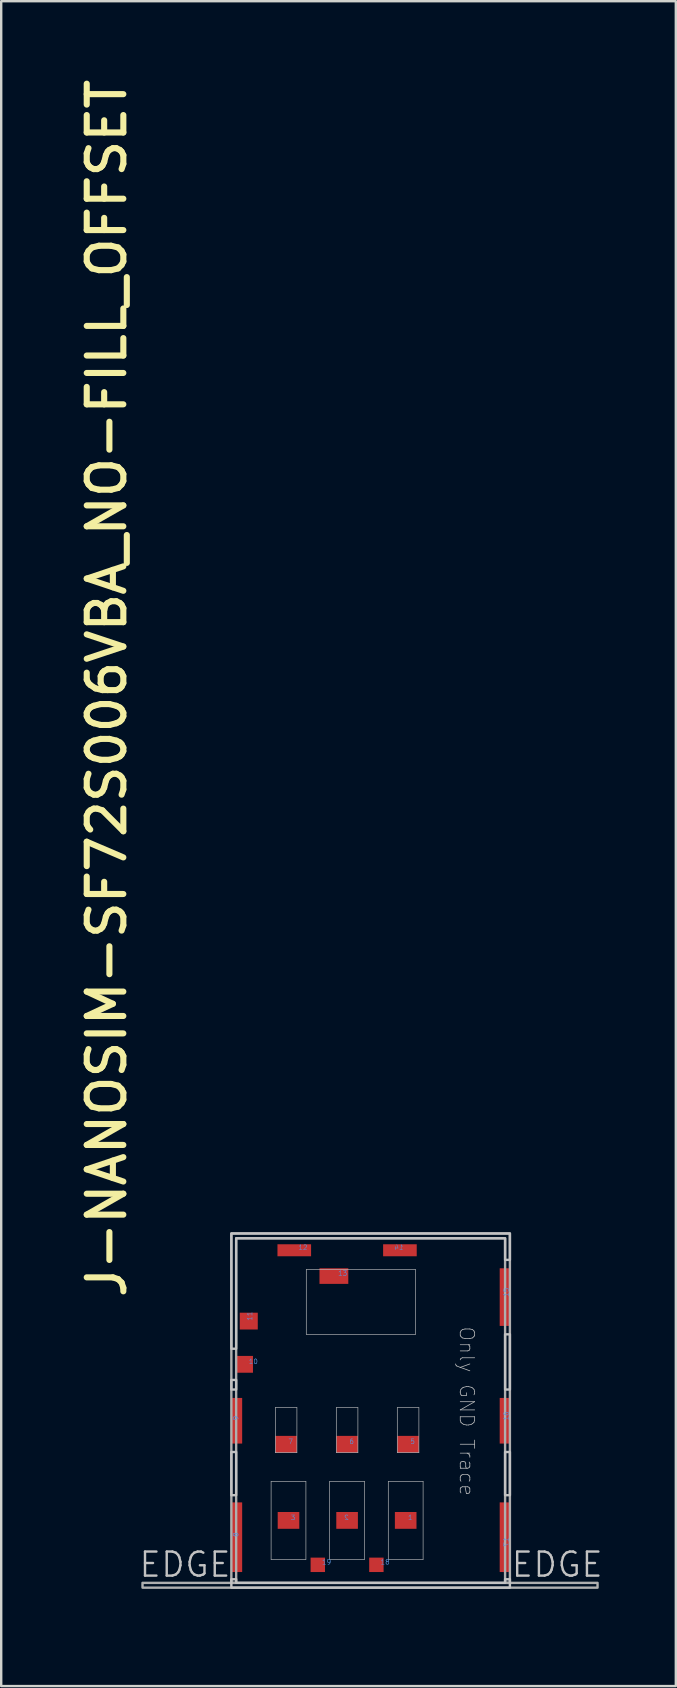
<source format=kicad_pcb>
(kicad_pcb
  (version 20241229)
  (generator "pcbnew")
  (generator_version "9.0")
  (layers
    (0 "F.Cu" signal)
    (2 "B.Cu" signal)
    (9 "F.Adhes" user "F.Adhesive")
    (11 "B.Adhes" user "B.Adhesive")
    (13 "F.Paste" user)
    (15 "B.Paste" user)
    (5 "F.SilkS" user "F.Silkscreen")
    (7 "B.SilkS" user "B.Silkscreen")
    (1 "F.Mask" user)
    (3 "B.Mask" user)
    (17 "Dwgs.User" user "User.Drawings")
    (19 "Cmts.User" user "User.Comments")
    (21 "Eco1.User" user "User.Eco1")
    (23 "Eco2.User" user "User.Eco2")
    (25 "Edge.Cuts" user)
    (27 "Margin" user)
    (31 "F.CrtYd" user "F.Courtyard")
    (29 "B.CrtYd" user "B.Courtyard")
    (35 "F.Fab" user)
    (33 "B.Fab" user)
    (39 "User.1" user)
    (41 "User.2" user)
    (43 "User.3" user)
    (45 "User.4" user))
  (footprint "J-NANOSIM-SF72S006VBA_NO-FILL_OFFSET"
    (layer "F.Cu")
    (at 10.855 50.093)
    (property "Reference" "J-NANOSIM-SF72S006VBA_NO-FILL_OFFSET" (at -8.569 1.019 90) (unlocked yes) (layer "F.SilkS") (effects (font (size 1.524 1.524) (thickness 0.254)) (justify left bottom)))
    (fp_line (start -2.615 8.55) (end -2.615 11.8) (stroke (width 0.025) (type solid)) (layer "Dwgs.User"))
    (fp_line (start -2.44 5.475) (end -2.44 7.355) (stroke (width 0.025) (type solid)) (layer "Dwgs.User"))
    (fp_line (start -1.54 5.475) (end -2.44 5.475) (stroke (width 0.025) (type solid)) (layer "Dwgs.User"))
    (fp_line (start -1.54 5.475) (end -1.54 7.355) (stroke (width 0.025) (type solid)) (layer "Dwgs.User"))
    (fp_line (start -1.54 7.355) (end -2.44 7.355) (stroke (width 0.025) (type solid)) (layer "Dwgs.User"))
    (fp_line (start -1.165 8.55) (end -2.615 8.55) (stroke (width 0.025) (type solid)) (layer "Dwgs.User"))
    (fp_line (start -1.165 8.55) (end -1.165 11.8) (stroke (width 0.025) (type solid)) (layer "Dwgs.User"))
    (fp_line (start -1.165 11.8) (end -2.615 11.8) (stroke (width 0.025) (type solid)) (layer "Dwgs.User"))
    (fp_line (start -1.15 -0.275) (end -1.15 2.425) (stroke (width 0.025) (type solid)) (layer "Dwgs.User"))
    (fp_line (start -0.175 8.55) (end -0.175 11.8) (stroke (width 0.025) (type solid)) (layer "Dwgs.User"))
    (fp_line (start 0.1 5.475) (end 0.1 7.355) (stroke (width 0.025) (type solid)) (layer "Dwgs.User"))
    (fp_line (start 1 5.475) (end 0.1 5.475) (stroke (width 0.025) (type solid)) (layer "Dwgs.User"))
    (fp_line (start 1 5.475) (end 1 7.355) (stroke (width 0.025) (type solid)) (layer "Dwgs.User"))
    (fp_line (start 1 7.355) (end 0.1 7.355) (stroke (width 0.025) (type solid)) (layer "Dwgs.User"))
    (fp_line (start 1.275 8.55) (end -0.175 8.55) (stroke (width 0.025) (type solid)) (layer "Dwgs.User"))
    (fp_line (start 1.275 8.55) (end 1.275 11.8) (stroke (width 0.025) (type solid)) (layer "Dwgs.User"))
    (fp_line (start 1.275 11.8) (end -0.175 11.8) (stroke (width 0.025) (type solid)) (layer "Dwgs.User"))
    (fp_line (start 2.265 8.55) (end 2.265 11.8) (stroke (width 0.025) (type solid)) (layer "Dwgs.User"))
    (fp_line (start 2.64 5.475) (end 2.64 7.355) (stroke (width 0.025) (type solid)) (layer "Dwgs.User"))
    (fp_line (start 3.4 -0.275) (end -1.15 -0.275) (stroke (width 0.025) (type solid)) (layer "Dwgs.User"))
    (fp_line (start 3.4 -0.275) (end 3.4 2.425) (stroke (width 0.025) (type solid)) (layer "Dwgs.User"))
    (fp_line (start 3.4 2.425) (end -1.15 2.425) (stroke (width 0.025) (type solid)) (layer "Dwgs.User"))
    (fp_line (start 3.54 5.475) (end 2.64 5.475) (stroke (width 0.025) (type solid)) (layer "Dwgs.User"))
    (fp_line (start 3.54 5.475) (end 3.54 7.355) (stroke (width 0.025) (type solid)) (layer "Dwgs.User"))
    (fp_line (start 3.54 7.355) (end 2.64 7.355) (stroke (width 0.025) (type solid)) (layer "Dwgs.User"))
    (fp_line (start 3.715 8.55) (end 2.265 8.55) (stroke (width 0.025) (type solid)) (layer "Dwgs.User"))
    (fp_line (start 3.715 8.55) (end 3.715 11.8) (stroke (width 0.025) (type solid)) (layer "Dwgs.User"))
    (fp_line (start 3.715 11.8) (end 2.265 11.8) (stroke (width 0.025) (type solid)) (layer "Dwgs.User"))
    (fp_poly (pts (xy -4.27 4.325) (xy -4.27 4.725) (xy -4.07 4.725) (xy -4.07 4.325)) (stroke (width 0.1) (type default)) (fill no) (layer "Dwgs.User"))
    (fp_poly (pts (xy -4.27 9.125) (xy -4.27 7.325) (xy -4.07 7.325) (xy -4.07 9.125)) (stroke (width 0.1) (type default)) (fill no) (layer "Dwgs.User"))
    (fp_poly (pts (xy 7.13 4.725) (xy 7.13 2.425) (xy 7.33 2.425) (xy 7.33 4.725)) (stroke (width 0.1) (type default)) (fill no) (layer "Dwgs.User"))
    (fp_poly (pts (xy 7.13 9.125) (xy 7.13 7.325) (xy 7.33 7.325) (xy 7.33 9.125)) (stroke (width 0.1) (type default)) (fill no) (layer "Dwgs.User"))
    (fp_poly (pts (xy -4.27 3.025) (xy -4.27 -1.775) (xy 7.33 -1.775) (xy 7.33 -0.675) (xy 7.13 -0.675) (xy 7.13 -1.575) (xy -4.07 -1.575) (xy -4.07 3.025)) (stroke (width 0.1) (type default)) (fill no) (layer "Dwgs.User"))
    (fp_poly (pts (xy -4.27 12.975) (xy -4.27 12.625) (xy -4.07 12.625) (xy -4.07 12.775) (xy 7.13 12.775) (xy 7.13 12.625) (xy 7.33 12.625) (xy 7.33 12.975)) (stroke (width 0.1) (type default)) (fill no) (layer "Dwgs.User"))
    (fp_poly (pts (xy -7.97 12.775) (xy 10.98 12.775) (xy 10.98 12.975) (xy -7.97 12.975)) (stroke (width 0.1) (type solid)) (fill no) (layer "F.Fab"))
    (fp_poly (pts (xy -4.27 -1.775) (xy -4.27 12.775) (xy -4.07 12.775) (xy -4.07 -1.575) (xy 7.13 -1.575) (xy 7.13 12.775) (xy 7.33 12.775) (xy 7.33 -1.775)) (stroke (width 0.1) (type solid)) (fill no) (layer "F.Fab"))
    (fp_poly (pts (xy 7.33 -1.775) (xy 7.33 14.025) (xy -4.27 14.025) (xy -4.27 -1.775)) (stroke (width 0.1) (type default)) (fill no) (layer "User.8"))
    (fp_text user "EDGE" (at 7.33 12.6 0) (unlocked yes) (layer "Dwgs.User") (effects (font (size 1 1) (thickness 0.1)) (justify left bottom)))
    (fp_text user "Only GND Trace" (at 5.187 2.068 270) (unlocked yes) (layer "Dwgs.User") (effects (font (size 0.6 0.6) (thickness 0.03)) (justify left bottom)))
    (fp_text user "EDGE" (at -8.17 12.6 0) (unlocked yes) (layer "Dwgs.User") (effects (font (size 1 1) (thickness 0.1)) (justify left bottom)))
    (fp_text user "5" (at 3.17 7.005 0) (unlocked yes) (layer "Cmts.User") (effects (font (size 0.2 0.2) (thickness 0.02)) (justify left bottom)))
    (fp_text user "2" (at 0.63 10.175 0) (unlocked yes) (layer "Cmts.User") (effects (font (size 0.2 0.2) (thickness 0.02)) (justify left bottom mirror)))
    (fp_text user "19" (at -0.51 12.025 0) (unlocked yes) (layer "Cmts.User") (effects (font (size 0.2 0.2) (thickness 0.02)) (justify left bottom)))
    (fp_text user "18" (at 1.93 12.025 0) (unlocked yes) (layer "Cmts.User") (effects (font (size 0.2 0.2) (thickness 0.02)) (justify left bottom)))
    (fp_text user "15" (at 7.29 0.875 90) (unlocked yes) (layer "Cmts.User") (effects (font (size 0.2 0.2) (thickness 0.02)) (justify left bottom)))
    (fp_text user "17" (at 7.29 10.875 90) (unlocked yes) (layer "Cmts.User") (effects (font (size 0.2 0.2) (thickness 0.02)) (justify left bottom mirror)))
    (fp_text user "12" (at -1.49 -1.075 0) (unlocked yes) (layer "Cmts.User") (effects (font (size 0.2 0.2) (thickness 0.02)) (justify left bottom)))
    (fp_text user "16" (at 7.29 6.025 90) (unlocked yes) (layer "Cmts.User") (effects (font (size 0.2 0.2) (thickness 0.02)) (justify left bottom)))
    (fp_text user "8" (at -3.965 10.875 90) (unlocked yes) (layer "Cmts.User") (effects (font (size 0.2 0.2) (thickness 0.02)) (justify left bottom)))
    (fp_text user "7" (at -1.91 7.005 0) (unlocked yes) (layer "Cmts.User") (effects (font (size 0.2 0.2) (thickness 0.02)) (justify left bottom)))
    (fp_text user "10" (at -3.56 3.675 0) (unlocked yes) (layer "Cmts.User") (effects (font (size 0.2 0.2) (thickness 0.02)) (justify left bottom)))
    (fp_text user "3" (at -1.81 10.175 0) (unlocked yes) (layer "Cmts.User") (effects (font (size 0.2 0.2) (thickness 0.02)) (justify left bottom)))
    (fp_text user "14" (at 2.91 -1.075 0) (unlocked yes) (layer "Cmts.User") (effects (font (size 0.2 0.2) (thickness 0.02)) (justify left bottom mirror)))
    (fp_text user "1" (at 3.07 10.175 0) (unlocked yes) (layer "Cmts.User") (effects (font (size 0.2 0.2) (thickness 0.02)) (justify left bottom)))
    (fp_text user "11" (at -3.385 1.875 90) (unlocked yes) (layer "Cmts.User") (effects (font (size 0.2 0.2) (thickness 0.02)) (justify left bottom)))
    (fp_text user "6" (at 0.63 7.005 0) (unlocked yes) (layer "Cmts.User") (effects (font (size 0.2 0.2) (thickness 0.02)) (justify left bottom)))
    (fp_text user "13" (at 0.16 0 0) (unlocked yes) (layer "Cmts.User") (effects (font (size 0.2 0.2) (thickness 0.02)) (justify left bottom)))
    (fp_text user "9" (at -3.965 6.025 90) (unlocked yes) (layer "Cmts.User") (effects (font (size 0.2 0.2) (thickness 0.02)) (justify left bottom)))
    (pad "C1" smd rect (at 2.99 10.175 180) (size 0.9 0.7) (layers "F.Cu" "F.Mask" "F.Paste"))
    (pad "C2" smd rect (at 0.55 10.175 180) (size 0.9 0.7) (layers "F.Cu" "F.Mask" "F.Paste"))
    (pad "C3" smd rect (at -1.89 10.175 180) (size 0.9 0.7) (layers "F.Cu" "F.Mask" "F.Paste"))
    (pad "C5" smd rect (at 3.09 7.005 180) (size 0.9 0.7) (layers "F.Cu" "F.Mask" "F.Paste"))
    (pad "C6" smd rect (at 0.55 7.005 180) (size 0.9 0.7) (layers "F.Cu" "F.Mask" "F.Paste"))
    (pad "C7" smd rect (at -1.99 7.005 180) (size 0.9 0.7) (layers "F.Cu" "F.Mask" "F.Paste"))
    (pad "CSW" smd rect (at -3.72 3.675 180) (size 0.7 0.7) (layers "F.Cu" "F.Mask" "F.Paste"))
    (pad "DSW" smd rect (at 0 0 180) (size 1.2 0.65) (layers "F.Cu" "F.Mask" "F.Paste"))
    (pad "SH" smd rect (at -4.045 6.025 180) (size 0.45 1.9) (layers "F.Cu" "F.Mask" "F.Paste"))
    (pad "SH" smd rect (at -4.045 10.875 180) (size 0.45 2.9) (layers "F.Cu" "F.Mask" "F.Paste"))
    (pad "SH" smd rect (at -3.545 1.875 180) (size 0.75 0.7) (layers "F.Cu" "F.Mask" "F.Paste"))
    (pad "SH" smd rect (at -1.65 -1.075 180) (size 1.4 0.5) (layers "F.Cu" "F.Mask" "F.Paste"))
    (pad "SH" smd rect (at -0.67 12.025 180) (size 0.6 0.6) (layers "F.Cu" "F.Mask" "F.Paste"))
    (pad "SH" smd rect (at 1.77 12.025 180) (size 0.6 0.6) (layers "F.Cu" "F.Mask" "F.Paste"))
    (pad "SH" smd rect (at 2.75 -1.075 180) (size 1.4 0.5) (layers "F.Cu" "F.Mask" "F.Paste"))
    (pad "SH" smd rect (at 7.13 0.875 180) (size 0.45 2.4) (layers "F.Cu" "F.Mask" "F.Paste"))
    (pad "SH" smd rect (at 7.13 6.025 180) (size 0.45 1.9) (layers "F.Cu" "F.Mask" "F.Paste"))
    (pad "SH" smd rect (at 7.13 10.875 180) (size 0.45 2.9) (layers "F.Cu" "F.Mask" "F.Paste"))
    (zone (net_name "") (layer "F.Cu") (hatch edge 0.5) (connect_pads) (min_thickness 0.25) (filled_areas_thickness no) (keepout (tracks allowed) (vias allowed) (pads allowed) (copperpour not_allowed) (footprints allowed)) (placement (enabled no)) (fill) (polygon (pts (xy 9.735 49.818) (xy 9.735 49.968) (xy 14.235 49.968) (xy 14.235 52.518) (xy 9.735 52.518) (xy 9.735 49.968) (xy 9.735 49.818) (xy 9.585 49.818) (xy 9.585 53.018) (xy 14.535 53.018) (xy 14.535 49.818))))
    (zone (net_name "") (layer "F.Cu") (hatch edge 0.5) (connect_pads) (min_thickness 0.25) (filled_areas_thickness no) (keepout (tracks allowed) (vias allowed) (pads allowed) (copperpour not_allowed) (footprints allowed)) (placement (enabled no)) (fill) (polygon (pts (xy 8.235 61.868) (xy 8.235 58.618) (xy 9.685 58.618) (xy 9.685 61.868) (xy 8.235 61.868) (xy 8.235 62.868) (xy 7.885 62.868) (xy 7.885 60.168) (xy 7.885 57.468) (xy 8.385 57.468) (xy 9.335 57.468) (xy 10.935 57.468) (xy 11.885 57.468) (xy 13.485 57.468) (xy 14.435 57.468) (xy 14.435 55.568) (xy 13.485 55.568) (xy 13.485 57.468) (xy 11.885 57.468) (xy 11.885 55.568) (xy 10.935 55.568) (xy 10.935 57.468) (xy 9.335 57.468) (xy 9.335 55.568) (xy 8.385 55.568) (xy 8.385 57.468) (xy 7.885 57.468) (xy 7.885 53.418) (xy 14.935 53.418) (xy 14.935 62.868) (xy 13.135 62.868) (xy 13.135 61.868) (xy 13.135 61.618) (xy 13.135 58.618) (xy 14.585 58.618) (xy 14.585 61.868) (xy 13.135 61.868) (xy 13.135 62.868) (xy 12.635 62.868) (xy 12.635 62.418) (xy 12.535 62.418) (xy 12.535 58.618) (xy 12.285 58.618) (xy 12.285 57.918) (xy 12.985 57.918) (xy 12.985 58.618) (xy 12.735 58.618) (xy 12.735 62.418) (xy 12.635 62.418) (xy 12.635 62.868) (xy 10.685 62.868) (xy 10.685 61.868) (xy 12.135 61.868) (xy 12.135 58.618) (xy 10.685 58.618) (xy 10.685 62.868) (xy 10.185 62.868) (xy 10.185 62.418) (xy 10.285 62.418) (xy 10.285 58.618) (xy 10.535 58.618) (xy 10.535 57.918) (xy 9.835 57.918) (xy 9.835 58.618) (xy 10.085 58.618) (xy 10.085 62.418) (xy 10.185 62.418) (xy 10.185 62.868) (xy 8.235 62.868)))))
  (gr_rect
    (start -3 -3)
    (end 25.095 67.168)
    (stroke (width 0.1) (type default))
    (fill no)
    (layer "Edge.Cuts")))
</source>
